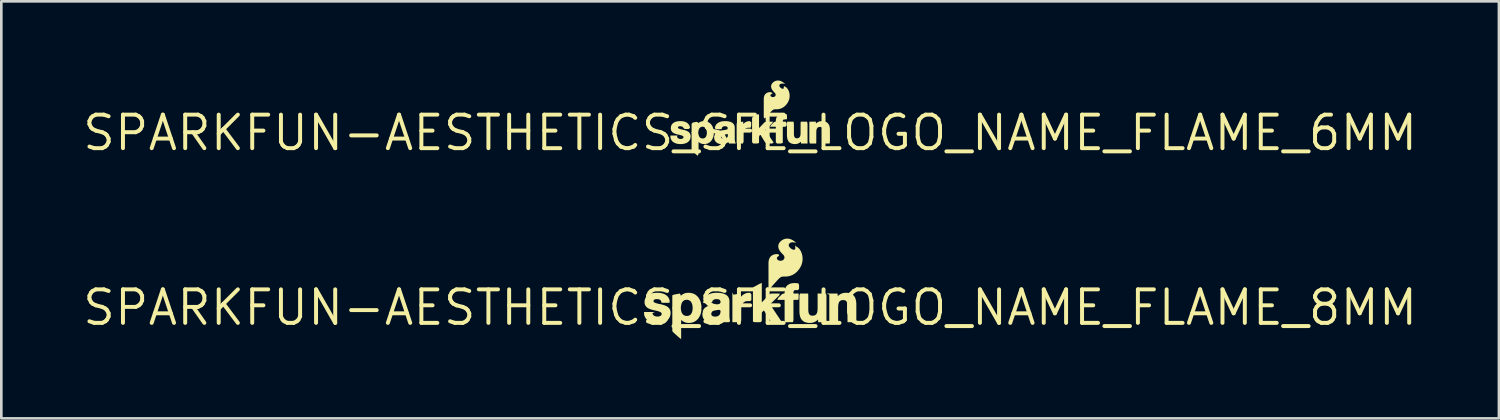
<source format=kicad_pcb>
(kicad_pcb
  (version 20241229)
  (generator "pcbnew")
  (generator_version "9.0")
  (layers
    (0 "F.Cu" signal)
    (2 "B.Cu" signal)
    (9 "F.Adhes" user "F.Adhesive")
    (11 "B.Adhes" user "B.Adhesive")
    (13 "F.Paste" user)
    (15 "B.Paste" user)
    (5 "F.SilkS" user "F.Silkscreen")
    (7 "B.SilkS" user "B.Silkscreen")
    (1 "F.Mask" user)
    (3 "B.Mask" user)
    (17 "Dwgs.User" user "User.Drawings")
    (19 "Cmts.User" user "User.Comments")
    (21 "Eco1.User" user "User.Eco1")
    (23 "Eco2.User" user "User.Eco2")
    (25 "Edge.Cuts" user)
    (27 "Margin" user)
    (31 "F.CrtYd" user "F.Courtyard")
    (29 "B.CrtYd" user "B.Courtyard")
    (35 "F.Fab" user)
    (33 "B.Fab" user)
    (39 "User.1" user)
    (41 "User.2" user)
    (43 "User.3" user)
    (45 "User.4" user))
  (footprint "SPARKFUN-AESTHETICS_SFE_LOGO_NAME_FLAME_6MM"
    (layer "F.Cu")
    (at 25.377 1.985)
    (property "Reference" "SPARKFUN-AESTHETICS_SFE_LOGO_NAME_FLAME_6MM" (at 0 0 0) (layer "F.SilkS") (effects (font (size 1.27 1.27) (thickness 0.15))))
    (fp_poly (pts (xy 0.041 -0.41) (xy 0.041 -0.256) (xy 0.013 -0.191) (xy -0.068 -0.196) (xy -0.128 -0.187) (xy -0.179 -0.161) (xy -0.215 -0.117) (xy -0.237 -0.061) (xy -0.246 0.000293) (xy -0.247 0.338) (xy -0.275 0.405) (xy -0.427 0.405) (xy -0.51 0.395) (xy -0.51 -0.363) (xy -0.485 -0.363) (xy -0.49 -0.388) (xy -0.266 -0.428) (xy -0.257 -0.34) (xy -0.257 -0.335) (xy -0.231 -0.365) (xy -0.172 -0.408) (xy -0.105 -0.436) (xy -0.028 -0.446)) (stroke (width 0) (type default)) (fill yes) (layer "F.SilkS"))
    (fp_poly (pts (xy 0.338 -0.181) (xy 0.554 -0.406) (xy 0.624 -0.424) (xy 0.875 -0.424) (xy 0.815 -0.344) (xy 0.586 -0.121) (xy 0.589 -0.087) (xy 0.892 0.37) (xy 0.831 0.405) (xy 0.616 0.405) (xy 0.564 0.353) (xy 0.397 0.082) (xy 0.379 0.082) (xy 0.345 0.115) (xy 0.338 0.167) (xy 0.338 0.382) (xy 0.267 0.405) (xy 0.12 0.405) (xy 0.074 0.356) (xy 0.074 -0.579) (xy 0.099 -0.579) (xy 0.087 -0.601) (xy 0.266 -0.699) (xy 0.338 -0.702)) (stroke (width 0) (type default)) (fill yes) (layer "F.SilkS"))
    (fp_poly (pts (xy -1.1 0.126) (xy -1.092 0.192) (xy -1.054 0.224) (xy -0.998 0.232) (xy -0.94 0.226) (xy -0.89 0.201) (xy -0.856 0.153) (xy -0.823 0.091) (xy -0.582 0.091) (xy -0.581 0.248) (xy -0.574 0.312) (xy -0.546 0.405) (xy -0.796 0.405) (xy -0.823 0.356) (xy -0.835 0.357) (xy -0.89 0.39) (xy -0.958 0.413) (xy -1.028 0.424) (xy -1.099 0.425) (xy -1.17 0.415) (xy -1.238 0.39) (xy -1.298 0.345) (xy -1.341 0.283) (xy -1.361 0.212) (xy -1.363 0.127) (xy -1.3 0.091) (xy -1.151 0.091)) (stroke (width 0) (type default)) (fill yes) (layer "F.SilkS"))
    (fp_poly (pts (xy -1.944 0.107) (xy -1.918 0.159) (xy -1.876 0.196) (xy -1.823 0.213) (xy -1.766 0.211) (xy -1.715 0.19) (xy -1.676 0.15) (xy -1.653 0.097) (xy -1.641 0.031) (xy -1.609 -0.03) (xy -1.461 -0.03) (xy -1.374 -0.023) (xy -1.38 0.069) (xy -1.392 0.137) (xy -1.414 0.203) (xy -1.446 0.265) (xy -1.489 0.321) (xy -1.543 0.367) (xy -1.606 0.401) (xy -1.674 0.42) (xy -1.745 0.426) (xy -1.815 0.418) (xy -1.883 0.395) (xy -1.943 0.356) (xy -1.954 0.345) (xy -1.954 0.808) (xy -1.99 0.868) (xy -2.218 0.665) (xy -2.218 -0.03) (xy -1.975 -0.03)) (stroke (width 0) (type default)) (fill yes) (layer "F.SilkS"))
    (fp_poly (pts (xy -1.71 -0.443) (xy -1.641 -0.43) (xy -1.576 -0.403) (xy -1.517 -0.364) (xy -1.469 -0.312) (xy -1.431 -0.253) (xy -1.404 -0.189) (xy -1.387 -0.123) (xy -1.377 -0.051) (xy -1.4 0.02) (xy -1.638 0.02) (xy -1.644 -0.067) (xy -1.658 -0.125) (xy -1.685 -0.177) (xy -1.725 -0.214) (xy -1.778 -0.232) (xy -1.834 -0.231) (xy -1.885 -0.21) (xy -1.923 -0.17) (xy -1.947 -0.117) (xy -1.976 0.02) (xy -2.218 0.02) (xy -2.218 -0.343) (xy -2.17 -0.392) (xy -2.026 -0.418) (xy -1.965 -0.39) (xy -1.965 -0.366) (xy -1.915 -0.405) (xy -1.849 -0.433) (xy -1.78 -0.445)) (stroke (width 0) (type default)) (fill yes) (layer "F.SilkS"))
    (fp_poly (pts (xy 1.325 -0.718) (xy 1.397 -0.693) (xy 1.397 -0.52) (xy 1.321 -0.509) (xy 1.266 -0.504) (xy 1.24 -0.468) (xy 1.238 -0.43) (xy 1.271 -0.424) (xy 1.349 -0.424) (xy 1.385 -0.364) (xy 1.385 -0.281) (xy 1.339 -0.231) (xy 1.266 -0.231) (xy 1.238 -0.221) (xy 1.238 0.38) (xy 1.168 0.405) (xy 1.019 0.405) (xy 0.974 0.354) (xy 0.974 -0.231) (xy 0.749 -0.231) (xy 0.809 -0.312) (xy 0.911 -0.412) (xy 0.965 -0.421) (xy 0.974 -0.457) (xy 0.98 -0.524) (xy 1.005 -0.594) (xy 1.051 -0.652) (xy 1.113 -0.693) (xy 1.182 -0.714) (xy 1.253 -0.721)) (stroke (width 0) (type default)) (fill yes) (layer "F.SilkS"))
    (fp_poly (pts (xy 2.778 -0.442) (xy 2.848 -0.427) (xy 2.913 -0.395) (xy 2.966 -0.344) (xy 3 -0.279) (xy 3.017 -0.211) (xy 3.024 -0.142) (xy 3.025 0.322) (xy 3.015 0.405) (xy 2.773 0.405) (xy 2.761 0.325) (xy 2.761 -0.072) (xy 2.755 -0.133) (xy 2.736 -0.186) (xy 2.697 -0.218) (xy 2.643 -0.226) (xy 2.588 -0.217) (xy 2.545 -0.186) (xy 2.52 -0.136) (xy 2.51 -0.076) (xy 2.508 -0.012) (xy 2.508 0.318) (xy 2.504 0.405) (xy 2.262 0.405) (xy 2.244 0.33) (xy 2.244 -0.401) (xy 2.249 -0.424) (xy 2.49 -0.424) (xy 2.496 -0.353) (xy 2.511 -0.37) (xy 2.571 -0.411) (xy 2.638 -0.436) (xy 2.708 -0.445)) (stroke (width 0) (type default)) (fill yes) (layer "F.SilkS"))
    (fp_poly (pts (xy 1.659 -0.344) (xy 1.66 0.052) (xy 1.665 0.114) (xy 1.684 0.166) (xy 1.723 0.199) (xy 1.777 0.207) (xy 1.832 0.197) (xy 1.876 0.166) (xy 1.9 0.116) (xy 1.91 0.057) (xy 1.912 -0.007) (xy 1.912 -0.337) (xy 1.917 -0.424) (xy 2.158 -0.424) (xy 2.176 -0.349) (xy 2.176 0.405) (xy 2.126 0.405) (xy 2.126 0.405) (xy 1.93 0.405) (xy 1.924 0.334) (xy 1.909 0.351) (xy 1.85 0.391) (xy 1.783 0.417) (xy 1.712 0.426) (xy 1.642 0.422) (xy 1.573 0.407) (xy 1.507 0.376) (xy 1.455 0.324) (xy 1.421 0.26) (xy 1.404 0.191) (xy 1.396 0.123) (xy 1.395 -0.342) (xy 1.405 -0.424) (xy 1.647 -0.424)) (stroke (width 0) (type default)) (fill yes) (layer "F.SilkS"))
    (fp_poly (pts (xy -0.881 -0.443) (xy -0.813 -0.434) (xy -0.746 -0.417) (xy -0.681 -0.387) (xy -0.625 -0.338) (xy -0.591 -0.272) (xy -0.582 -0.201) (xy -0.582 0.068) (xy -0.603 0.141) (xy -0.843 0.141) (xy -0.846 0.056) (xy -0.849 0.039) (xy -0.884 0.051) (xy -1.014 0.073) (xy -1.068 0.094) (xy -1.116 0.141) (xy -1.352 0.141) (xy -1.341 0.053) (xy -1.297 -0.009) (xy -1.237 -0.051) (xy -1.171 -0.076) (xy -1.104 -0.09) (xy -0.972 -0.107) (xy -0.911 -0.117) (xy -0.863 -0.138) (xy -0.847 -0.178) (xy -0.861 -0.222) (xy -0.903 -0.247) (xy -0.96 -0.252) (xy -1.016 -0.244) (xy -1.057 -0.213) (xy -1.081 -0.145) (xy -1.157 -0.135) (xy -1.306 -0.135) (xy -1.337 -0.199) (xy -1.312 -0.274) (xy -1.271 -0.334) (xy -1.215 -0.38) (xy -1.152 -0.412) (xy -1.085 -0.432) (xy -1.017 -0.442) (xy -0.949 -0.445)) (stroke (width 0) (type default)) (fill yes) (layer "F.SilkS"))
    (fp_poly (pts (xy -2.593 -0.444) (xy -2.524 -0.435) (xy -2.456 -0.416) (xy -2.392 -0.383) (xy -2.337 -0.335) (xy -2.298 -0.272) (xy -2.274 -0.188) (xy -2.331 -0.147) (xy -2.482 -0.147) (xy -2.528 -0.19) (xy -2.566 -0.235) (xy -2.619 -0.251) (xy -2.678 -0.251) (xy -2.725 -0.235) (xy -2.739 -0.2) (xy -2.713 -0.166) (xy -2.66 -0.145) (xy -2.466 -0.1) (xy -2.4 -0.076) (xy -2.337 -0.041) (xy -2.285 0.013) (xy -2.257 0.083) (xy -2.254 0.156) (xy -2.268 0.228) (xy -2.301 0.293) (xy -2.352 0.346) (xy -2.414 0.384) (xy -2.481 0.407) (xy -2.55 0.421) (xy -2.619 0.426) (xy -2.688 0.424) (xy -2.757 0.415) (xy -2.824 0.396) (xy -2.889 0.366) (xy -2.947 0.322) (xy -2.99 0.263) (xy -3.016 0.194) (xy -3.023 0.101) (xy -2.745 0.101) (xy -2.769 0.132) (xy -2.758 0.177) (xy -2.719 0.213) (xy -2.665 0.23) (xy -2.606 0.231) (xy -2.554 0.214) (xy -2.523 0.179) (xy -2.527 0.137) (xy -2.569 0.108) (xy -2.627 0.088) (xy -2.756 0.058) (xy -2.822 0.04) (xy -2.888 0.014) (xy -2.949 -0.027) (xy -2.992 -0.089) (xy -3.007 -0.163) (xy -3.001 -0.236) (xy -2.975 -0.305) (xy -2.928 -0.363) (xy -2.867 -0.403) (xy -2.8 -0.427) (xy -2.731 -0.44) (xy -2.662 -0.445)) (stroke (width 0) (type default)) (fill yes) (layer "F.SilkS"))
    (fp_poly (pts (xy 1.13 -1.975) (xy 1.197 -1.949) (xy 1.329 -1.864) (xy 1.185 -1.867) (xy 1.135 -1.847) (xy 1.106 -1.808) (xy 1.111 -1.761) (xy 1.145 -1.717) (xy 1.193 -1.683) (xy 1.242 -1.667) (xy 1.274 -1.686) (xy 1.279 -1.769) (xy 1.313 -1.759) (xy 1.376 -1.72) (xy 1.423 -1.665) (xy 1.457 -1.603) (xy 1.481 -1.537) (xy 1.495 -1.468) (xy 1.498 -1.398) (xy 1.493 -1.328) (xy 1.477 -1.26) (xy 1.451 -1.195) (xy 1.418 -1.134) (xy 1.377 -1.078) (xy 1.33 -1.026) (xy 1.276 -0.982) (xy 1.216 -0.945) (xy 1.152 -0.918) (xy 1.084 -0.9) (xy 1.014 -0.893) (xy 0.949 -0.894) (xy 0.891 -0.885) (xy 0.842 -0.853) (xy 0.797 -0.809) (xy 0.707 -0.711) (xy 0.663 -0.662) (xy 0.556 -0.538) (xy 0.517 -0.591) (xy 0.517 -1.265) (xy 0.519 -1.334) (xy 0.536 -1.405) (xy 0.574 -1.469) (xy 0.633 -1.515) (xy 0.703 -1.54) (xy 0.779 -1.543) (xy 0.856 -1.504) (xy 0.776 -1.449) (xy 0.769 -1.408) (xy 0.799 -1.372) (xy 0.85 -1.355) (xy 0.904 -1.36) (xy 0.949 -1.388) (xy 0.971 -1.433) (xy 0.961 -1.483) (xy 0.924 -1.529) (xy 0.877 -1.576) (xy 0.835 -1.633) (xy 0.803 -1.698) (xy 0.793 -1.773) (xy 0.814 -1.846) (xy 0.86 -1.905) (xy 0.919 -1.948) (xy 0.986 -1.976) (xy 1.058 -1.985)) (stroke (width 0) (type default)) (fill yes) (layer "F.SilkS")))
  (footprint "SPARKFUN-AESTHETICS_SFE_LOGO_NAME_FLAME_8MM"
    (layer "F.Cu")
    (at 25.377 8.606)
    (property "Reference" "SPARKFUN-AESTHETICS_SFE_LOGO_NAME_FLAME_8MM" (at 0 0 0) (layer "F.SilkS") (effects (font (size 1.27 1.27) (thickness 0.15))))
    (fp_poly (pts (xy 0.442 -0.197) (xy 0.752 -0.519) (xy 0.823 -0.533) (xy 1.125 -0.533) (xy 1.105 -0.464) (xy 0.772 -0.14) (xy 0.765 -0.107) (xy 1.175 0.51) (xy 1.13 0.555) (xy 0.849 0.555) (xy 0.782 0.529) (xy 0.536 0.128) (xy 0.518 0.11) (xy 0.447 0.179) (xy 0.442 0.233) (xy 0.442 0.508) (xy 0.394 0.555) (xy 0.181 0.555) (xy 0.107 0.535) (xy 0.107 -0.751) (xy 0.111 -0.765) (xy 0.354 -0.898) (xy 0.442 -0.934)) (stroke (width 0) (type default)) (fill yes) (layer "F.SilkS"))
    (fp_poly (pts (xy -0.632 -0.488) (xy -0.368 -0.535) (xy -0.351 -0.456) (xy -0.351 -0.4) (xy -0.325 -0.435) (xy -0.273 -0.482) (xy -0.213 -0.519) (xy -0.148 -0.546) (xy -0.078 -0.56) (xy 0.002 -0.559) (xy 0.047 -0.502) (xy 0.047 -0.283) (xy -0.002 -0.241) (xy -0.076 -0.246) (xy -0.138 -0.242) (xy -0.196 -0.226) (xy -0.246 -0.195) (xy -0.285 -0.152) (xy -0.312 -0.098) (xy -0.328 -0.039) (xy -0.336 0.024) (xy -0.337 0.49) (xy -0.366 0.555) (xy -0.672 0.555) (xy -0.672 -0.578)) (stroke (width 0) (type default)) (fill yes) (layer "F.SilkS"))
    (fp_poly (pts (xy 1.742 -0.927) (xy 1.822 -0.921) (xy 1.855 -0.86) (xy 1.855 -0.714) (xy 1.816 -0.66) (xy 1.739 -0.664) (xy 1.684 -0.658) (xy 1.65 -0.626) (xy 1.642 -0.571) (xy 1.643 -0.533) (xy 1.839 -0.532) (xy 1.839 -0.374) (xy 1.828 -0.292) (xy 1.676 -0.292) (xy 1.642 -0.287) (xy 1.642 0.484) (xy 1.62 0.555) (xy 1.316 0.555) (xy 1.307 0.473) (xy 1.307 -0.293) (xy 1.029 -0.293) (xy 1.064 -0.365) (xy 1.212 -0.511) (xy 1.307 -0.543) (xy 1.307 -0.592) (xy 1.313 -0.661) (xy 1.331 -0.729) (xy 1.365 -0.792) (xy 1.413 -0.845) (xy 1.473 -0.885) (xy 1.538 -0.911) (xy 1.606 -0.925) (xy 1.675 -0.929)) (stroke (width 0) (type default)) (fill yes) (layer "F.SilkS"))
    (fp_poly (pts (xy -1.465 0.167) (xy -1.474 0.249) (xy -1.456 0.297) (xy -1.415 0.328) (xy -1.359 0.341) (xy -1.298 0.341) (xy -1.24 0.331) (xy -1.189 0.305) (xy -1.151 0.264) (xy -1.126 0.204) (xy -1.083 0.153) (xy -0.784 0.153) (xy -0.784 0.309) (xy -0.782 0.373) (xy -0.775 0.436) (xy -0.758 0.511) (xy -0.798 0.555) (xy -1.008 0.555) (xy -1.085 0.543) (xy -1.099 0.481) (xy -1.103 0.481) (xy -1.151 0.516) (xy -1.213 0.546) (xy -1.279 0.566) (xy -1.347 0.578) (xy -1.415 0.583) (xy -1.483 0.581) (xy -1.551 0.571) (xy -1.618 0.55) (xy -1.68 0.516) (xy -1.734 0.469) (xy -1.774 0.41) (xy -1.799 0.343) (xy -1.809 0.274) (xy -1.807 0.193) (xy -1.75 0.153) (xy -1.543 0.153)) (stroke (width 0) (type default)) (fill yes) (layer "F.SilkS"))
    (fp_poly (pts (xy -2.638 -0.008) (xy -2.621 0.07) (xy -2.611 0.134) (xy -2.591 0.193) (xy -2.561 0.244) (xy -2.518 0.285) (xy -2.465 0.309) (xy -2.406 0.318) (xy -2.346 0.313) (xy -2.291 0.292) (xy -2.247 0.255) (xy -2.214 0.205) (xy -2.193 0.147) (xy -2.182 0.085) (xy -2.176 -0.002) (xy -2.091 -0.008) (xy -1.876 -0.008) (xy -1.843 0.055) (xy -1.85 0.13) (xy -1.863 0.198) (xy -1.883 0.264) (xy -1.91 0.328) (xy -1.946 0.388) (xy -1.989 0.443) (xy -2.041 0.491) (xy -2.1 0.53) (xy -2.164 0.558) (xy -2.233 0.576) (xy -2.302 0.583) (xy -2.372 0.581) (xy -2.442 0.568) (xy -2.508 0.543) (xy -2.569 0.506) (xy -2.614 0.465) (xy -2.614 1.198) (xy -2.702 1.127) (xy -2.903 0.948) (xy -2.949 0.891) (xy -2.949 -0.008)) (stroke (width 0) (type default)) (fill yes) (layer "F.SilkS"))
    (fp_poly (pts (xy -2.264 -0.557) (xy -2.195 -0.543) (xy -2.129 -0.519) (xy -2.068 -0.485) (xy -2.013 -0.441) (xy -1.966 -0.389) (xy -1.927 -0.331) (xy -1.896 -0.269) (xy -1.873 -0.204) (xy -1.857 -0.137) (xy -1.847 -0.069) (xy -1.842 0.017) (xy -1.912 0.042) (xy -2.124 0.042) (xy -2.177 0.001) (xy -2.185 -0.074) (xy -2.199 -0.135) (xy -2.223 -0.191) (xy -2.258 -0.239) (xy -2.305 -0.274) (xy -2.36 -0.293) (xy -2.42 -0.296) (xy -2.478 -0.284) (xy -2.528 -0.256) (xy -2.568 -0.213) (xy -2.596 -0.159) (xy -2.613 -0.099) (xy -2.622 -0.035) (xy -2.638 0.042) (xy -2.949 0.042) (xy -2.949 -0.464) (xy -2.878 -0.493) (xy -2.662 -0.532) (xy -2.628 -0.471) (xy -2.628 -0.442) (xy -2.596 -0.475) (xy -2.537 -0.515) (xy -2.472 -0.543) (xy -2.403 -0.557) (xy -2.333 -0.561)) (stroke (width 0) (type default)) (fill yes) (layer "F.SilkS"))
    (fp_poly (pts (xy 2.893 -0.469) (xy 2.893 0.631) (xy 2.853 0.555) (xy 2.581 0.555) (xy 2.572 0.472) (xy 2.572 0.451) (xy 2.538 0.487) (xy 2.481 0.528) (xy 2.417 0.558) (xy 2.349 0.577) (xy 2.279 0.583) (xy 2.21 0.581) (xy 2.142 0.57) (xy 2.074 0.55) (xy 2.011 0.515) (xy 1.958 0.466) (xy 1.919 0.406) (xy 1.894 0.34) (xy 1.879 0.272) (xy 1.871 0.204) (xy 1.869 0.137) (xy 1.869 -0.464) (xy 1.894 -0.533) (xy 2.201 -0.533) (xy 2.204 -0.445) (xy 2.204 0.084) (xy 2.208 0.148) (xy 2.219 0.208) (xy 2.244 0.26) (xy 2.286 0.294) (xy 2.342 0.307) (xy 2.402 0.306) (xy 2.458 0.29) (xy 2.503 0.257) (xy 2.533 0.208) (xy 2.549 0.149) (xy 2.556 0.087) (xy 2.558 0.022) (xy 2.558 -0.532) (xy 2.863 -0.533)) (stroke (width 0) (type default)) (fill yes) (layer "F.SilkS"))
    (fp_poly (pts (xy 3.684 -0.559) (xy 3.753 -0.548) (xy 3.82 -0.528) (xy 3.883 -0.493) (xy 3.936 -0.444) (xy 3.975 -0.384) (xy 4 -0.318) (xy 4.015 -0.25) (xy 4.023 -0.182) (xy 4.025 -0.115) (xy 4.025 0.486) (xy 4 0.555) (xy 3.693 0.555) (xy 3.69 0.467) (xy 3.69 -0.063) (xy 3.686 -0.126) (xy 3.675 -0.186) (xy 3.65 -0.238) (xy 3.607 -0.272) (xy 3.552 -0.285) (xy 3.492 -0.284) (xy 3.436 -0.269) (xy 3.391 -0.235) (xy 3.361 -0.186) (xy 3.345 -0.127) (xy 3.338 -0.065) (xy 3.336 0.00005) (xy 3.336 0.555) (xy 3.031 0.555) (xy 3.001 0.491) (xy 3.001 -0.491) (xy 2.883 -0.533) (xy 3.313 -0.533) (xy 3.322 -0.45) (xy 3.322 -0.429) (xy 3.356 -0.465) (xy 3.413 -0.506) (xy 3.477 -0.536) (xy 3.545 -0.555) (xy 3.615 -0.561)) (stroke (width 0) (type default)) (fill yes) (layer "F.SilkS"))
    (fp_poly (pts (xy -1.198 -0.56) (xy -1.13 -0.554) (xy -1.062 -0.542) (xy -0.996 -0.524) (xy -0.931 -0.496) (xy -0.872 -0.455) (xy -0.825 -0.399) (xy -0.796 -0.333) (xy -0.784 -0.262) (xy -0.784 0.144) (xy -0.82 0.203) (xy -1.123 0.202) (xy -1.119 0.11) (xy -1.119 0.069) (xy -1.128 0.069) (xy -1.19 0.086) (xy -1.321 0.106) (xy -1.382 0.12) (xy -1.433 0.146) (xy -1.477 0.203) (xy -1.771 0.203) (xy -1.796 0.136) (xy -1.761 0.064) (xy -1.714 0.009) (xy -1.655 -0.031) (xy -1.59 -0.059) (xy -1.524 -0.078) (xy -1.457 -0.09) (xy -1.26 -0.115) (xy -1.199 -0.128) (xy -1.148 -0.15) (xy -1.121 -0.19) (xy -1.123 -0.242) (xy -1.148 -0.288) (xy -1.196 -0.312) (xy -1.255 -0.32) (xy -1.316 -0.318) (xy -1.372 -0.303) (xy -1.414 -0.27) (xy -1.441 -0.212) (xy -1.486 -0.164) (xy -1.697 -0.164) (xy -1.781 -0.176) (xy -1.766 -0.268) (xy -1.742 -0.335) (xy -1.705 -0.396) (xy -1.655 -0.447) (xy -1.597 -0.487) (xy -1.534 -0.517) (xy -1.468 -0.538) (xy -1.401 -0.551) (xy -1.333 -0.559) (xy -1.265 -0.561)) (stroke (width 0) (type default)) (fill yes) (layer "F.SilkS"))
    (fp_poly (pts (xy 1.485 -2.606) (xy 1.552 -2.585) (xy 1.615 -2.554) (xy 1.747 -2.463) (xy 1.594 -2.475) (xy 1.538 -2.463) (xy 1.492 -2.433) (xy 1.464 -2.388) (xy 1.466 -2.337) (xy 1.494 -2.288) (xy 1.537 -2.245) (xy 1.588 -2.211) (xy 1.641 -2.191) (xy 1.688 -2.195) (xy 1.712 -2.232) (xy 1.71 -2.36) (xy 1.753 -2.31) (xy 1.809 -2.279) (xy 1.861 -2.229) (xy 1.902 -2.172) (xy 1.934 -2.11) (xy 1.959 -2.046) (xy 1.976 -1.979) (xy 1.986 -1.911) (xy 1.989 -1.842) (xy 1.985 -1.773) (xy 1.973 -1.705) (xy 1.954 -1.639) (xy 1.928 -1.575) (xy 1.896 -1.514) (xy 1.859 -1.457) (xy 1.817 -1.403) (xy 1.77 -1.353) (xy 1.718 -1.308) (xy 1.662 -1.268) (xy 1.601 -1.235) (xy 1.537 -1.209) (xy 1.471 -1.19) (xy 1.403 -1.179) (xy 1.334 -1.175) (xy 1.268 -1.176) (xy 1.208 -1.171) (xy 1.154 -1.148) (xy 1.105 -1.11) (xy 1.06 -1.065) (xy 0.882 -0.869) (xy 0.726 -0.687) (xy 0.697 -0.762) (xy 0.696 -1.696) (xy 0.702 -1.765) (xy 0.718 -1.834) (xy 0.748 -1.899) (xy 0.796 -1.954) (xy 0.857 -1.994) (xy 0.925 -2.018) (xy 0.996 -2.027) (xy 1.081 -2.018) (xy 1.097 -1.962) (xy 1.033 -1.919) (xy 1.011 -1.877) (xy 1.026 -1.83) (xy 1.065 -1.794) (xy 1.119 -1.775) (xy 1.177 -1.774) (xy 1.232 -1.791) (xy 1.276 -1.825) (xy 1.301 -1.872) (xy 1.3 -1.926) (xy 1.276 -1.978) (xy 1.234 -2.024) (xy 1.187 -2.071) (xy 1.143 -2.124) (xy 1.105 -2.183) (xy 1.077 -2.248) (xy 1.066 -2.32) (xy 1.076 -2.393) (xy 1.109 -2.459) (xy 1.156 -2.513) (xy 1.212 -2.556) (xy 1.275 -2.589) (xy 1.343 -2.609) (xy 1.414 -2.615)) (stroke (width 0) (type default)) (fill yes) (layer "F.SilkS"))
    (fp_poly (pts (xy -3.474 -0.56) (xy -3.407 -0.554) (xy -3.339 -0.541) (xy -3.273 -0.521) (xy -3.21 -0.49) (xy -3.153 -0.448) (xy -3.105 -0.395) (xy -3.071 -0.333) (xy -3.049 -0.263) (xy -3.053 -0.18) (xy -3.275 -0.18) (xy -3.356 -0.185) (xy -3.378 -0.259) (xy -3.415 -0.296) (xy -3.469 -0.315) (xy -3.529 -0.321) (xy -3.59 -0.316) (xy -3.64 -0.298) (xy -3.663 -0.259) (xy -3.653 -0.215) (xy -3.611 -0.184) (xy -3.554 -0.163) (xy -3.492 -0.147) (xy -3.362 -0.119) (xy -3.297 -0.103) (xy -3.232 -0.082) (xy -3.169 -0.054) (xy -3.109 -0.015) (xy -3.06 0.038) (xy -3.027 0.103) (xy -3.014 0.174) (xy -3.015 0.244) (xy -3.029 0.314) (xy -3.056 0.379) (xy -3.097 0.438) (xy -3.15 0.485) (xy -3.21 0.522) (xy -3.275 0.548) (xy -3.341 0.566) (xy -3.409 0.577) (xy -3.476 0.583) (xy -3.544 0.583) (xy -3.612 0.578) (xy -3.68 0.567) (xy -3.746 0.55) (xy -3.811 0.525) (xy -3.872 0.49) (xy -3.926 0.444) (xy -3.969 0.388) (xy -4.001 0.324) (xy -4.019 0.255) (xy -4.018 0.168) (xy -3.61 0.168) (xy -3.701 0.208) (xy -3.693 0.247) (xy -3.662 0.293) (xy -3.614 0.323) (xy -3.557 0.339) (xy -3.496 0.342) (xy -3.437 0.332) (xy -3.386 0.308) (xy -3.355 0.268) (xy -3.352 0.22) (xy -3.382 0.181) (xy -3.435 0.155) (xy -3.495 0.135) (xy -3.558 0.119) (xy -3.687 0.09) (xy -3.752 0.072) (xy -3.817 0.049) (xy -3.879 0.017) (xy -3.935 -0.028) (xy -3.977 -0.088) (xy -3.998 -0.158) (xy -4 -0.23) (xy -3.99 -0.3) (xy -3.965 -0.367) (xy -3.925 -0.427) (xy -3.872 -0.474) (xy -3.81 -0.51) (xy -3.745 -0.534) (xy -3.678 -0.549) (xy -3.61 -0.558) (xy -3.542 -0.561)) (stroke (width 0) (type default)) (fill yes) (layer "F.SilkS")))
  (gr_rect
    (start -3 -3)
    (end 53.754 12.805)
    (stroke (width 0.1) (type default))
    (fill no)
    (layer "Edge.Cuts")))
</source>
